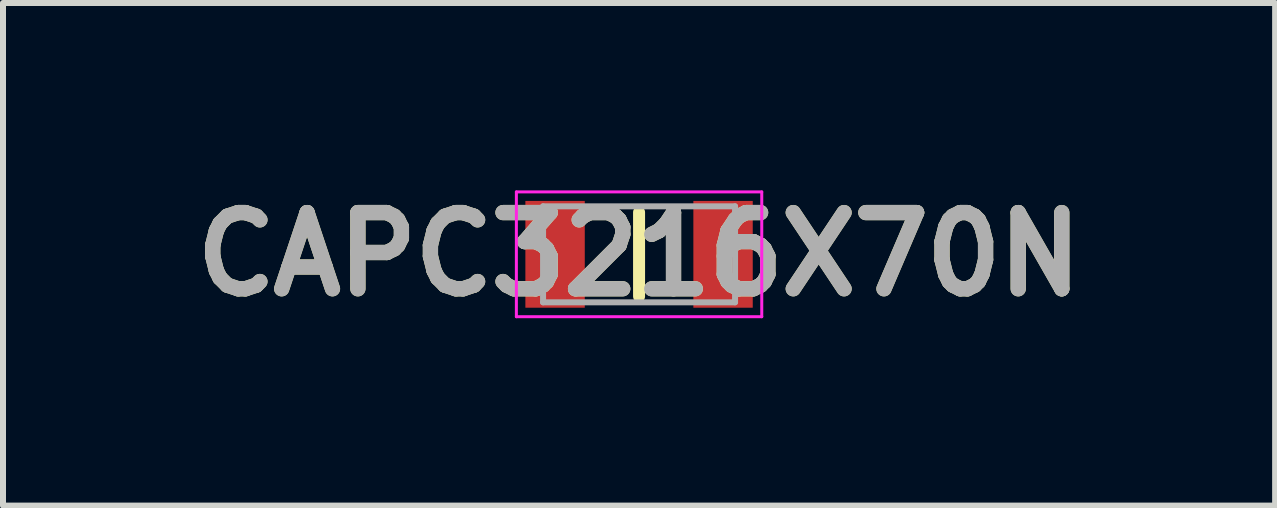
<source format=kicad_pcb>
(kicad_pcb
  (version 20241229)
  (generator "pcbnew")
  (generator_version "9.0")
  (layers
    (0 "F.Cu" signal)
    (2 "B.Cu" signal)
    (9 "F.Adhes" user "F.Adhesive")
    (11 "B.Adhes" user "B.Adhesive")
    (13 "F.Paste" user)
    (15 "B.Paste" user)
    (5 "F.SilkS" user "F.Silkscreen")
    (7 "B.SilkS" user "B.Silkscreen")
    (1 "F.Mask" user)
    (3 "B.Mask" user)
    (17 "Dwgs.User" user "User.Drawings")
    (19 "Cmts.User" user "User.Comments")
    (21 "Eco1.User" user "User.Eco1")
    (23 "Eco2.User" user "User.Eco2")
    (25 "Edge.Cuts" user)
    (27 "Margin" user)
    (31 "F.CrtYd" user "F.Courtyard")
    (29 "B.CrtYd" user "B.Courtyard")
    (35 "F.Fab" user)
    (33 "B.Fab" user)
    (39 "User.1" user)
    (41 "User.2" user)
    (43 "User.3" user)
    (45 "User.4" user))
  (footprint "CAPC3216X70N"
    (layer "F.Cu")
    (at 7.602 1.189)
    (property "Reference" "CAPC3216X70N" (at 0 0 0) (layer "F.SilkS") (effects (font (size 1.27 1.27) (thickness 0.254))))
    (attr smd)
    (fp_line (start 0 -0.7) (end 0 0.7) (stroke (width 0.2) (type solid)) (layer "F.SilkS"))
    (fp_line (start -2.045 -1.04) (end 2.045 -1.04) (stroke (width 0.05) (type solid)) (layer "F.CrtYd"))
    (fp_line (start -2.045 1.04) (end -2.045 -1.04) (stroke (width 0.05) (type solid)) (layer "F.CrtYd"))
    (fp_line (start 2.045 -1.04) (end 2.045 1.04) (stroke (width 0.05) (type solid)) (layer "F.CrtYd"))
    (fp_line (start 2.045 1.04) (end -2.045 1.04) (stroke (width 0.05) (type solid)) (layer "F.CrtYd"))
    (fp_line (start -1.6 -0.8) (end 1.6 -0.8) (stroke (width 0.1) (type solid)) (layer "F.Fab"))
    (fp_line (start -1.6 0.8) (end -1.6 -0.8) (stroke (width 0.1) (type solid)) (layer "F.Fab"))
    (fp_line (start 1.6 -0.8) (end 1.6 0.8) (stroke (width 0.1) (type solid)) (layer "F.Fab"))
    (fp_line (start 1.6 0.8) (end -1.6 0.8) (stroke (width 0.1) (type solid)) (layer "F.Fab"))
    (fp_text user "${REFERENCE}" (at 0 0 0) (layer "F.Fab") (effects (font (size 1.27 1.27) (thickness 0.254))))
    (pad "1" smd rect (at -1.4 0) (size 0.99 1.78) (layers "F.Cu" "F.Mask" "F.Paste"))
    (pad "2" smd rect (at 1.4 0) (size 0.99 1.78) (layers "F.Cu" "F.Mask" "F.Paste")))
  (gr_rect
    (start -3 -3)
    (end 18.204 5.377)
    (stroke (width 0.1) (type default))
    (fill no)
    (layer "Edge.Cuts")))
</source>
